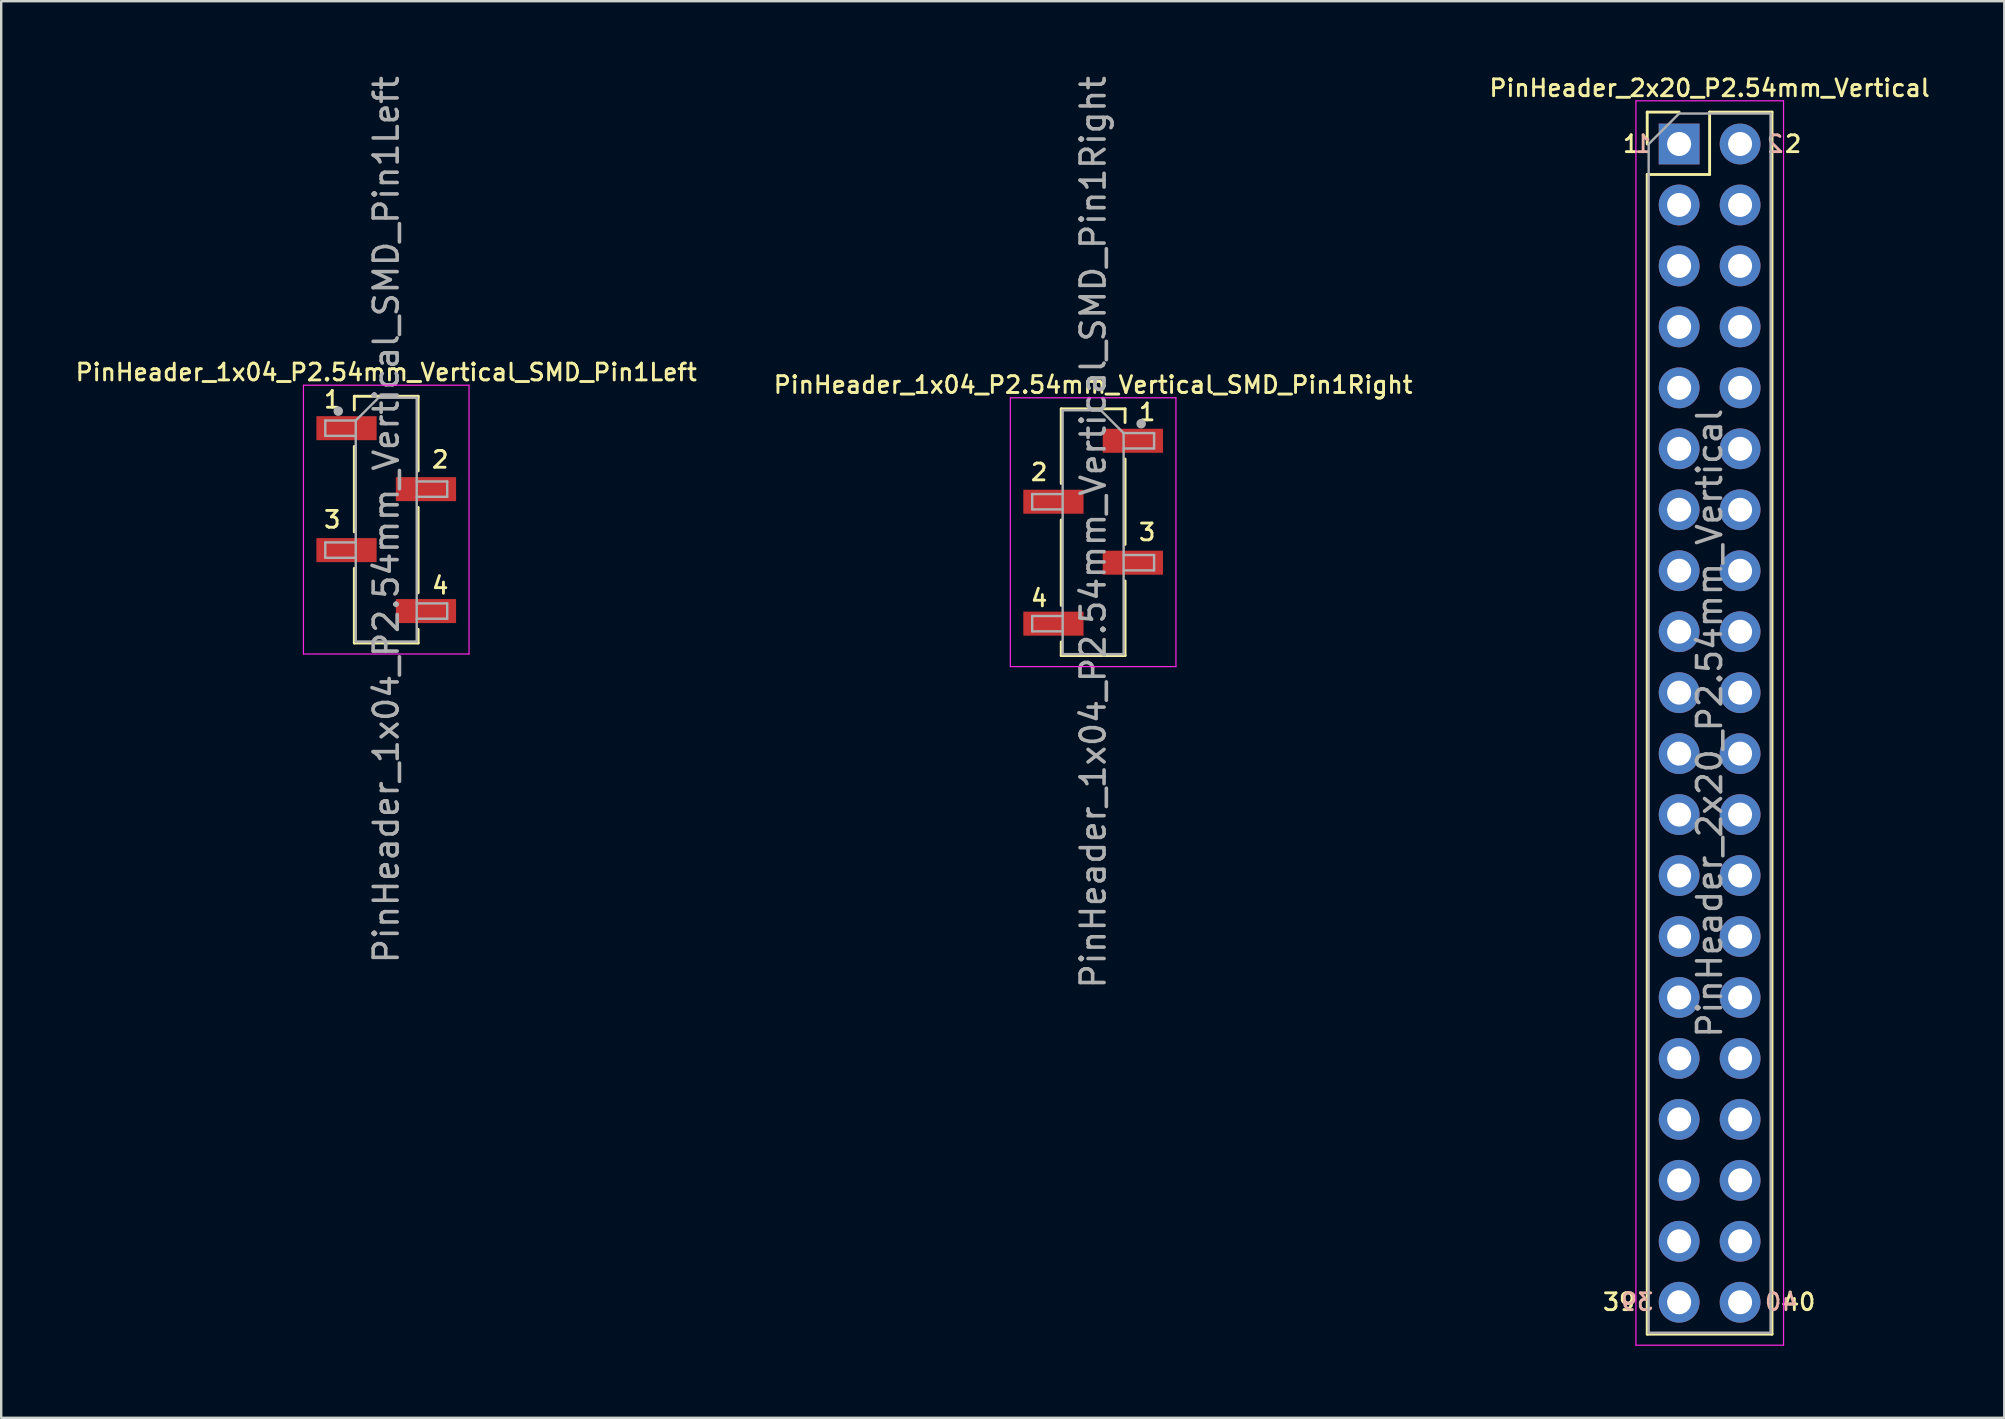
<source format=kicad_pcb>
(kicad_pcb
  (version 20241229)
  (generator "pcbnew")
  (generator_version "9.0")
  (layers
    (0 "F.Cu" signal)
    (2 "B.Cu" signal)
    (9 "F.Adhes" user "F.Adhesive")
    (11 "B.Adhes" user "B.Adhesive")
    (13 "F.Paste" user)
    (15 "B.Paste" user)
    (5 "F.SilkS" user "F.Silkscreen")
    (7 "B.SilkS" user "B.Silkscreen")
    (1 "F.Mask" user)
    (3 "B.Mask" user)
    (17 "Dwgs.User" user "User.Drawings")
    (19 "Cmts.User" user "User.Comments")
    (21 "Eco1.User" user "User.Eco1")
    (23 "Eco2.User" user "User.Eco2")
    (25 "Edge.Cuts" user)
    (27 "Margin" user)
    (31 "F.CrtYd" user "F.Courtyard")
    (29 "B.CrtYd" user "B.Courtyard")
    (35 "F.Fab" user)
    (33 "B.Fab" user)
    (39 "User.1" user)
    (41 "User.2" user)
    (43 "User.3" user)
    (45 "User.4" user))
  (footprint "PinHeader_1x04_P2.54mm_Vertical_SMD_Pin1Left"
    (layer "F.Cu")
    (at 13.043 18.601)
    (property "Reference" "PinHeader_1x04_P2.54mm_Vertical_SMD_Pin1Left" (at 0 -6.14 0) (layer "F.SilkS") (effects (font (size 0.7 0.7) (thickness 0.12))))
    (attr smd)
    (fp_line (start -1.33 -5.14) (end -1.33 -4.57) (stroke (width 0.12) (type solid)) (layer "F.SilkS"))
    (fp_line (start -1.33 -5.14) (end 1.33 -5.14) (stroke (width 0.12) (type solid)) (layer "F.SilkS"))
    (fp_line (start -1.33 -3.05) (end -1.33 0.51) (stroke (width 0.12) (type solid)) (layer "F.SilkS"))
    (fp_line (start -1.33 2.03) (end -1.33 5.14) (stroke (width 0.12) (type solid)) (layer "F.SilkS"))
    (fp_line (start -1.33 5.14) (end 1.33 5.14) (stroke (width 0.12) (type solid)) (layer "F.SilkS"))
    (fp_line (start 1.33 -5.14) (end 1.33 -2.03) (stroke (width 0.12) (type solid)) (layer "F.SilkS"))
    (fp_line (start 1.33 -0.51) (end 1.33 3.05) (stroke (width 0.12) (type solid)) (layer "F.SilkS"))
    (fp_line (start 1.33 4.57) (end 1.33 5.14) (stroke (width 0.12) (type solid)) (layer "F.SilkS"))
    (fp_line (start -3.45 -5.6) (end -3.45 5.6) (stroke (width 0.05) (type solid)) (layer "F.CrtYd"))
    (fp_line (start -3.45 5.6) (end 3.45 5.6) (stroke (width 0.05) (type solid)) (layer "F.CrtYd"))
    (fp_line (start 3.45 -5.6) (end -3.45 -5.6) (stroke (width 0.05) (type solid)) (layer "F.CrtYd"))
    (fp_line (start 3.45 5.6) (end 3.45 -5.6) (stroke (width 0.05) (type solid)) (layer "F.CrtYd"))
    (fp_line (start -2.54 -4.13) (end -2.54 -3.49) (stroke (width 0.1) (type solid)) (layer "F.Fab"))
    (fp_line (start -2.54 -3.49) (end -1.27 -3.49) (stroke (width 0.1) (type solid)) (layer "F.Fab"))
    (fp_line (start -2.54 0.95) (end -2.54 1.59) (stroke (width 0.1) (type solid)) (layer "F.Fab"))
    (fp_line (start -2.54 1.59) (end -1.27 1.59) (stroke (width 0.1) (type solid)) (layer "F.Fab"))
    (fp_line (start -1.27 -4.13) (end -2.54 -4.13) (stroke (width 0.1) (type solid)) (layer "F.Fab"))
    (fp_line (start -1.27 -4.13) (end -0.32 -5.08) (stroke (width 0.1) (type solid)) (layer "F.Fab"))
    (fp_line (start -1.27 0.95) (end -2.54 0.95) (stroke (width 0.1) (type solid)) (layer "F.Fab"))
    (fp_line (start -1.27 5.08) (end -1.27 -4.13) (stroke (width 0.1) (type solid)) (layer "F.Fab"))
    (fp_line (start -0.32 -5.08) (end 1.27 -5.08) (stroke (width 0.1) (type solid)) (layer "F.Fab"))
    (fp_line (start 1.27 -5.08) (end 1.27 5.08) (stroke (width 0.1) (type solid)) (layer "F.Fab"))
    (fp_line (start 1.27 -1.59) (end 2.54 -1.59) (stroke (width 0.1) (type solid)) (layer "F.Fab"))
    (fp_line (start 1.27 3.49) (end 2.54 3.49) (stroke (width 0.1) (type solid)) (layer "F.Fab"))
    (fp_line (start 1.27 5.08) (end -1.27 5.08) (stroke (width 0.1) (type solid)) (layer "F.Fab"))
    (fp_line (start 2.54 -1.59) (end 2.54 -0.95) (stroke (width 0.1) (type solid)) (layer "F.Fab"))
    (fp_line (start 2.54 -0.95) (end 1.27 -0.95) (stroke (width 0.1) (type solid)) (layer "F.Fab"))
    (fp_line (start 2.54 3.49) (end 2.54 4.13) (stroke (width 0.1) (type solid)) (layer "F.Fab"))
    (fp_line (start 2.54 4.13) (end 1.27 4.13) (stroke (width 0.1) (type solid)) (layer "F.Fab"))
    (fp_circle (center -2 -4.52) (end -1.9 -4.52) (stroke (width 0.2) (type solid)) (fill no) (layer "F.Fab"))
    (fp_text user "2" (at 2.25 -2.5 0) (layer "F.SilkS") (effects (font (size 0.7 0.7) (thickness 0.12))))
    (fp_text user "4" (at 2.25 2.75 0) (layer "F.SilkS") (effects (font (size 0.7 0.7) (thickness 0.12))))
    (fp_text user "3" (at -2.25 0 0) (layer "F.SilkS") (effects (font (size 0.7 0.7) (thickness 0.12))))
    (fp_text user "1" (at -2.25 -5 0) (layer "F.SilkS") (effects (font (size 0.7 0.7) (thickness 0.12))))
    (fp_text user "${REFERENCE}" (at 0 0 90) (layer "F.Fab") (effects (font (size 1 1) (thickness 0.15))))
    (pad "1" smd rect (at -1.655 -3.81) (size 2.51 1) (layers "F.Cu" "F.Mask" "F.Paste"))
    (pad "2" smd rect (at 1.655 -1.27) (size 2.51 1) (layers "F.Cu" "F.Mask" "F.Paste"))
    (pad "3" smd rect (at -1.655 1.27) (size 2.51 1) (layers "F.Cu" "F.Mask" "F.Paste"))
    (pad "4" smd rect (at 1.655 3.81) (size 2.51 1) (layers "F.Cu" "F.Mask" "F.Paste")))
  (footprint "PinHeader_2x20_P2.54mm_Vertical"
    (layer "F.Cu")
    (at 66.913 2.95)
    (property "Reference" "PinHeader_2x20_P2.54mm_Vertical" (at 1.27 -2.33 0) (layer "F.SilkS") (effects (font (size 0.7 0.7) (thickness 0.12))))
    (attr through_hole)
    (fp_line (start -1.33 -1.33) (end 0 -1.33) (stroke (width 0.12) (type solid)) (layer "F.SilkS"))
    (fp_line (start -1.33 0) (end -1.33 -1.33) (stroke (width 0.12) (type solid)) (layer "F.SilkS"))
    (fp_line (start -1.33 1.27) (end -1.33 49.59) (stroke (width 0.12) (type solid)) (layer "F.SilkS"))
    (fp_line (start -1.33 1.27) (end 1.27 1.27) (stroke (width 0.12) (type solid)) (layer "F.SilkS"))
    (fp_line (start -1.33 49.59) (end 3.87 49.59) (stroke (width 0.12) (type solid)) (layer "F.SilkS"))
    (fp_line (start 1.27 -1.33) (end 3.87 -1.33) (stroke (width 0.12) (type solid)) (layer "F.SilkS"))
    (fp_line (start 1.27 1.27) (end 1.27 -1.33) (stroke (width 0.12) (type solid)) (layer "F.SilkS"))
    (fp_line (start 3.87 -1.33) (end 3.87 49.59) (stroke (width 0.12) (type solid)) (layer "F.SilkS"))
    (fp_line (start -1.8 -1.8) (end -1.8 50.05) (stroke (width 0.05) (type solid)) (layer "F.CrtYd"))
    (fp_line (start -1.8 50.05) (end 4.35 50.05) (stroke (width 0.05) (type solid)) (layer "F.CrtYd"))
    (fp_line (start 4.35 -1.8) (end -1.8 -1.8) (stroke (width 0.05) (type solid)) (layer "F.CrtYd"))
    (fp_line (start 4.35 50.05) (end 4.35 -1.8) (stroke (width 0.05) (type solid)) (layer "F.CrtYd"))
    (fp_line (start -1.27 0) (end 0 -1.27) (stroke (width 0.1) (type solid)) (layer "F.Fab"))
    (fp_line (start -1.27 49.53) (end -1.27 0) (stroke (width 0.1) (type solid)) (layer "F.Fab"))
    (fp_line (start 0 -1.27) (end 3.81 -1.27) (stroke (width 0.1) (type solid)) (layer "F.Fab"))
    (fp_line (start 3.81 -1.27) (end 3.81 49.53) (stroke (width 0.1) (type solid)) (layer "F.Fab"))
    (fp_line (start 3.81 49.53) (end -1.27 49.53) (stroke (width 0.1) (type solid)) (layer "F.Fab"))
    (fp_text user "1" (at -2 0 0) (layer "F.SilkS") (effects (font (size 0.7 0.7) (thickness 0.12))))
    (fp_text user "40" (at 5 48.25 0) (layer "F.SilkS") (effects (font (size 0.7 0.7) (thickness 0.12))))
    (fp_text user "2" (at 4.75 0 0) (layer "F.SilkS") (effects (font (size 0.7 0.7) (thickness 0.12))))
    (fp_text user "39" (at -2.5 48.25 0) (layer "F.SilkS") (effects (font (size 0.7 0.7) (thickness 0.12))))
    (fp_text user "40" (at 4.25 48.25 0) (layer "B.SilkS") (effects (font (size 0.7 0.7) (thickness 0.12)) (justify mirror)))
    (fp_text user "2" (at 4 0 0) (layer "B.SilkS") (effects (font (size 0.7 0.7) (thickness 0.12)) (justify mirror)))
    (fp_text user "39" (at -1.75 48.25 0) (layer "B.SilkS") (effects (font (size 0.7 0.7) (thickness 0.12)) (justify mirror)))
    (fp_text user "1" (at -1.5 0 0) (layer "B.SilkS") (effects (font (size 0.7 0.7) (thickness 0.12)) (justify mirror)))
    (fp_text user "${REFERENCE}" (at 1.27 24.13 90) (layer "F.Fab") (effects (font (size 1 1) (thickness 0.15))))
    (pad "1" thru_hole rect (at 0 0) (size 1.7 1.7) (drill 1) (layers "*.Cu" "*.Mask"))
    (pad "2" thru_hole oval (at 2.54 0) (size 1.7 1.7) (drill 1) (layers "*.Cu" "*.Mask"))
    (pad "3" thru_hole oval (at 0 2.54) (size 1.7 1.7) (drill 1) (layers "*.Cu" "*.Mask"))
    (pad "4" thru_hole oval (at 2.54 2.54) (size 1.7 1.7) (drill 1) (layers "*.Cu" "*.Mask"))
    (pad "5" thru_hole oval (at 0 5.08) (size 1.7 1.7) (drill 1) (layers "*.Cu" "*.Mask"))
    (pad "6" thru_hole oval (at 2.54 5.08) (size 1.7 1.7) (drill 1) (layers "*.Cu" "*.Mask"))
    (pad "7" thru_hole oval (at 0 7.62) (size 1.7 1.7) (drill 1) (layers "*.Cu" "*.Mask"))
    (pad "8" thru_hole oval (at 2.54 7.62) (size 1.7 1.7) (drill 1) (layers "*.Cu" "*.Mask"))
    (pad "9" thru_hole oval (at 0 10.16) (size 1.7 1.7) (drill 1) (layers "*.Cu" "*.Mask"))
    (pad "10" thru_hole oval (at 2.54 10.16) (size 1.7 1.7) (drill 1) (layers "*.Cu" "*.Mask"))
    (pad "11" thru_hole oval (at 0 12.7) (size 1.7 1.7) (drill 1) (layers "*.Cu" "*.Mask"))
    (pad "12" thru_hole oval (at 2.54 12.7) (size 1.7 1.7) (drill 1) (layers "*.Cu" "*.Mask"))
    (pad "13" thru_hole oval (at 0 15.24) (size 1.7 1.7) (drill 1) (layers "*.Cu" "*.Mask"))
    (pad "14" thru_hole oval (at 2.54 15.24) (size 1.7 1.7) (drill 1) (layers "*.Cu" "*.Mask"))
    (pad "15" thru_hole oval (at 0 17.78) (size 1.7 1.7) (drill 1) (layers "*.Cu" "*.Mask"))
    (pad "16" thru_hole oval (at 2.54 17.78) (size 1.7 1.7) (drill 1) (layers "*.Cu" "*.Mask"))
    (pad "17" thru_hole oval (at 0 20.32) (size 1.7 1.7) (drill 1) (layers "*.Cu" "*.Mask"))
    (pad "18" thru_hole oval (at 2.54 20.32) (size 1.7 1.7) (drill 1) (layers "*.Cu" "*.Mask"))
    (pad "19" thru_hole oval (at 0 22.86) (size 1.7 1.7) (drill 1) (layers "*.Cu" "*.Mask"))
    (pad "20" thru_hole oval (at 2.54 22.86) (size 1.7 1.7) (drill 1) (layers "*.Cu" "*.Mask"))
    (pad "21" thru_hole oval (at 0 25.4) (size 1.7 1.7) (drill 1) (layers "*.Cu" "*.Mask"))
    (pad "22" thru_hole oval (at 2.54 25.4) (size 1.7 1.7) (drill 1) (layers "*.Cu" "*.Mask"))
    (pad "23" thru_hole oval (at 0 27.94) (size 1.7 1.7) (drill 1) (layers "*.Cu" "*.Mask"))
    (pad "24" thru_hole oval (at 2.54 27.94) (size 1.7 1.7) (drill 1) (layers "*.Cu" "*.Mask"))
    (pad "25" thru_hole oval (at 0 30.48) (size 1.7 1.7) (drill 1) (layers "*.Cu" "*.Mask"))
    (pad "26" thru_hole oval (at 2.54 30.48) (size 1.7 1.7) (drill 1) (layers "*.Cu" "*.Mask"))
    (pad "27" thru_hole oval (at 0 33.02) (size 1.7 1.7) (drill 1) (layers "*.Cu" "*.Mask"))
    (pad "28" thru_hole oval (at 2.54 33.02) (size 1.7 1.7) (drill 1) (layers "*.Cu" "*.Mask"))
    (pad "29" thru_hole oval (at 0 35.56) (size 1.7 1.7) (drill 1) (layers "*.Cu" "*.Mask"))
    (pad "30" thru_hole oval (at 2.54 35.56) (size 1.7 1.7) (drill 1) (layers "*.Cu" "*.Mask"))
    (pad "31" thru_hole oval (at 0 38.1) (size 1.7 1.7) (drill 1) (layers "*.Cu" "*.Mask"))
    (pad "32" thru_hole oval (at 2.54 38.1) (size 1.7 1.7) (drill 1) (layers "*.Cu" "*.Mask"))
    (pad "33" thru_hole oval (at 0 40.64) (size 1.7 1.7) (drill 1) (layers "*.Cu" "*.Mask"))
    (pad "34" thru_hole oval (at 2.54 40.64) (size 1.7 1.7) (drill 1) (layers "*.Cu" "*.Mask"))
    (pad "35" thru_hole oval (at 0 43.18) (size 1.7 1.7) (drill 1) (layers "*.Cu" "*.Mask"))
    (pad "36" thru_hole oval (at 2.54 43.18) (size 1.7 1.7) (drill 1) (layers "*.Cu" "*.Mask"))
    (pad "37" thru_hole oval (at 0 45.72) (size 1.7 1.7) (drill 1) (layers "*.Cu" "*.Mask"))
    (pad "38" thru_hole oval (at 2.54 45.72) (size 1.7 1.7) (drill 1) (layers "*.Cu" "*.Mask"))
    (pad "39" thru_hole oval (at 0 48.26) (size 1.7 1.7) (drill 1) (layers "*.Cu" "*.Mask"))
    (pad "40" thru_hole oval (at 2.54 48.26) (size 1.7 1.7) (drill 1) (layers "*.Cu" "*.Mask")))
  (footprint "PinHeader_1x04_P2.54mm_Vertical_SMD_Pin1Right"
    (layer "F.Cu")
    (at 42.497 19.125)
    (property "Reference" "PinHeader_1x04_P2.54mm_Vertical_SMD_Pin1Right" (at 0 -6.14 0) (layer "F.SilkS") (effects (font (size 0.7 0.7) (thickness 0.12))))
    (attr smd)
    (fp_line (start -1.33 -5.14) (end -1.33 -2.03) (stroke (width 0.12) (type solid)) (layer "F.SilkS"))
    (fp_line (start -1.33 -0.51) (end -1.33 3.05) (stroke (width 0.12) (type solid)) (layer "F.SilkS"))
    (fp_line (start -1.33 4.57) (end -1.33 5.14) (stroke (width 0.12) (type solid)) (layer "F.SilkS"))
    (fp_line (start 1.33 -5.14) (end -1.33 -5.14) (stroke (width 0.12) (type solid)) (layer "F.SilkS"))
    (fp_line (start 1.33 -5.14) (end 1.33 -4.57) (stroke (width 0.12) (type solid)) (layer "F.SilkS"))
    (fp_line (start 1.33 -3.05) (end 1.33 0.51) (stroke (width 0.12) (type solid)) (layer "F.SilkS"))
    (fp_line (start 1.33 2.03) (end 1.33 5.14) (stroke (width 0.12) (type solid)) (layer "F.SilkS"))
    (fp_line (start 1.33 5.14) (end -1.33 5.14) (stroke (width 0.12) (type solid)) (layer "F.SilkS"))
    (fp_line (start -3.45 -5.6) (end -3.45 5.6) (stroke (width 0.05) (type solid)) (layer "F.CrtYd"))
    (fp_line (start -3.45 5.6) (end 3.45 5.6) (stroke (width 0.05) (type solid)) (layer "F.CrtYd"))
    (fp_line (start 3.45 -5.6) (end -3.45 -5.6) (stroke (width 0.05) (type solid)) (layer "F.CrtYd"))
    (fp_line (start 3.45 5.6) (end 3.45 -5.6) (stroke (width 0.05) (type solid)) (layer "F.CrtYd"))
    (fp_line (start -2.54 -1.59) (end -2.54 -0.95) (stroke (width 0.1) (type solid)) (layer "F.Fab"))
    (fp_line (start -2.54 -0.95) (end -1.27 -0.95) (stroke (width 0.1) (type solid)) (layer "F.Fab"))
    (fp_line (start -2.54 3.49) (end -2.54 4.13) (stroke (width 0.1) (type solid)) (layer "F.Fab"))
    (fp_line (start -2.54 4.13) (end -1.27 4.13) (stroke (width 0.1) (type solid)) (layer "F.Fab"))
    (fp_line (start -1.27 -5.08) (end -1.27 5.08) (stroke (width 0.1) (type solid)) (layer "F.Fab"))
    (fp_line (start -1.27 -1.59) (end -2.54 -1.59) (stroke (width 0.1) (type solid)) (layer "F.Fab"))
    (fp_line (start -1.27 3.49) (end -2.54 3.49) (stroke (width 0.1) (type solid)) (layer "F.Fab"))
    (fp_line (start -1.27 5.08) (end 1.27 5.08) (stroke (width 0.1) (type solid)) (layer "F.Fab"))
    (fp_line (start 0.32 -5.08) (end -1.27 -5.08) (stroke (width 0.1) (type solid)) (layer "F.Fab"))
    (fp_line (start 1.27 -4.13) (end 0.32 -5.08) (stroke (width 0.1) (type solid)) (layer "F.Fab"))
    (fp_line (start 1.27 -4.13) (end 2.54 -4.13) (stroke (width 0.1) (type solid)) (layer "F.Fab"))
    (fp_line (start 1.27 0.95) (end 2.54 0.95) (stroke (width 0.1) (type solid)) (layer "F.Fab"))
    (fp_line (start 1.27 5.08) (end 1.27 -4.13) (stroke (width 0.1) (type solid)) (layer "F.Fab"))
    (fp_line (start 2.54 -4.13) (end 2.54 -3.49) (stroke (width 0.1) (type solid)) (layer "F.Fab"))
    (fp_line (start 2.54 -3.49) (end 1.27 -3.49) (stroke (width 0.1) (type solid)) (layer "F.Fab"))
    (fp_line (start 2.54 0.95) (end 2.54 1.59) (stroke (width 0.1) (type solid)) (layer "F.Fab"))
    (fp_line (start 2.54 1.59) (end 1.27 1.59) (stroke (width 0.1) (type solid)) (layer "F.Fab"))
    (fp_circle (center 2 -4.52) (end 1.9 -4.52) (stroke (width 0.2) (type solid)) (fill no) (layer "F.Fab"))
    (fp_text user "1" (at 2.25 -5 0) (layer "F.SilkS") (effects (font (size 0.7 0.7) (thickness 0.12))))
    (fp_text user "2" (at -2.25 -2.5 0) (layer "F.SilkS") (effects (font (size 0.7 0.7) (thickness 0.12))))
    (fp_text user "4" (at -2.25 2.75 0) (layer "F.SilkS") (effects (font (size 0.7 0.7) (thickness 0.12))))
    (fp_text user "3" (at 2.25 0 0) (layer "F.SilkS") (effects (font (size 0.7 0.7) (thickness 0.12))))
    (fp_text user "${REFERENCE}" (at 0 0 90) (layer "F.Fab") (effects (font (size 1 1) (thickness 0.15))))
    (pad "1" smd rect (at 1.655 -3.81) (size 2.51 1) (layers "F.Cu" "F.Mask" "F.Paste"))
    (pad "2" smd rect (at -1.655 -1.27) (size 2.51 1) (layers "F.Cu" "F.Mask" "F.Paste"))
    (pad "3" smd rect (at 1.655 1.27) (size 2.51 1) (layers "F.Cu" "F.Mask" "F.Paste"))
    (pad "4" smd rect (at -1.655 3.81) (size 2.51 1) (layers "F.Cu" "F.Mask" "F.Paste")))
  (gr_rect
    (start -3 -3)
    (end 80.46 56.025)
    (stroke (width 0.1) (type default))
    (fill no)
    (layer "Edge.Cuts")))
</source>
